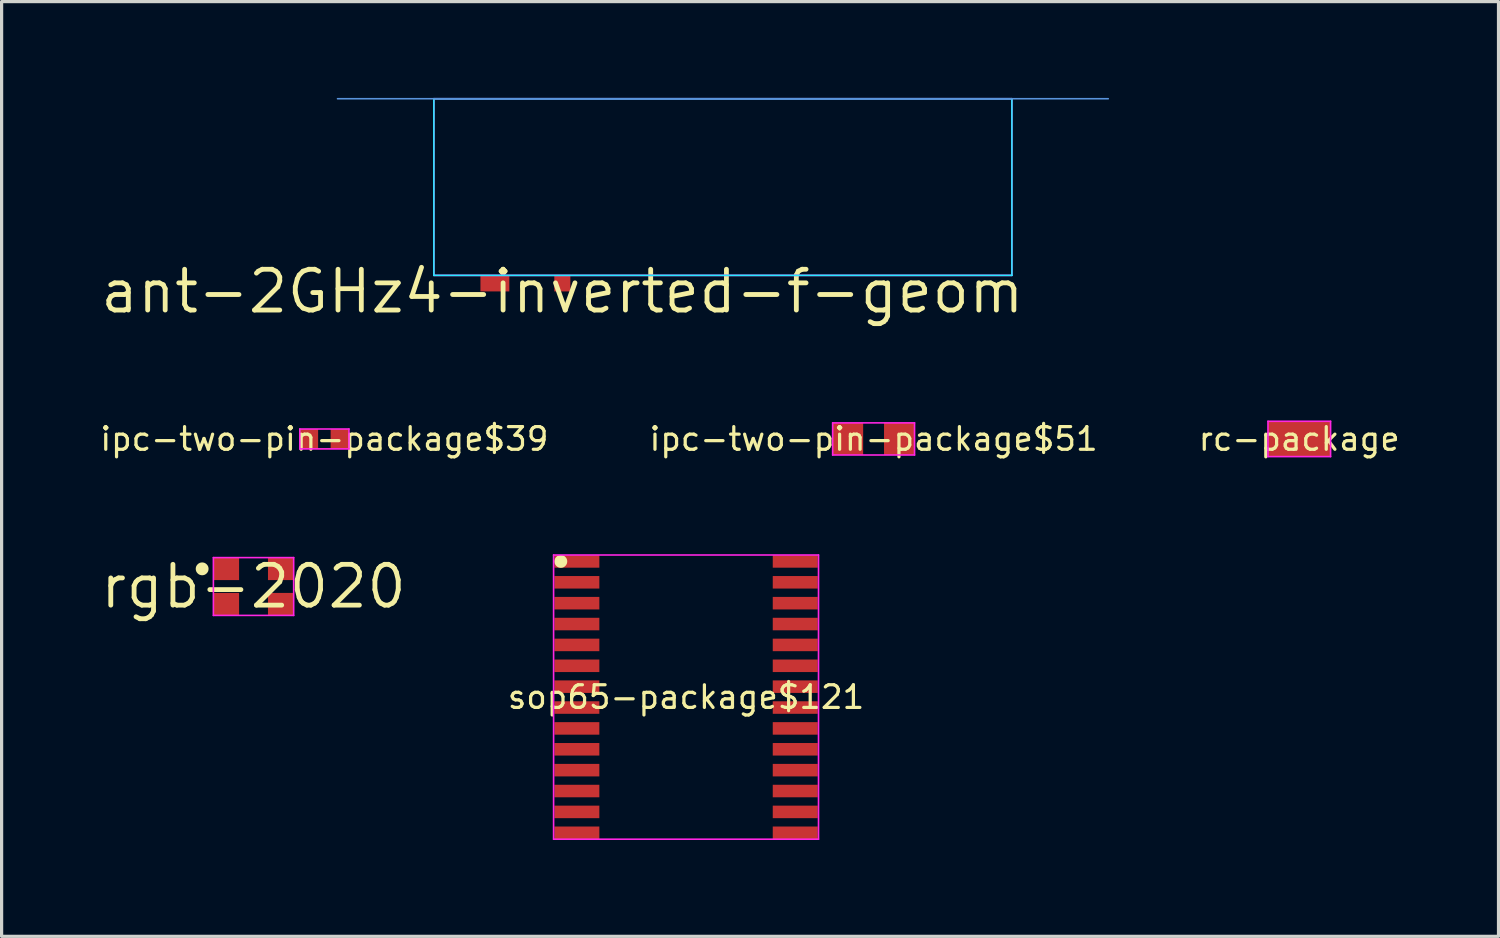
<source format=kicad_pcb>
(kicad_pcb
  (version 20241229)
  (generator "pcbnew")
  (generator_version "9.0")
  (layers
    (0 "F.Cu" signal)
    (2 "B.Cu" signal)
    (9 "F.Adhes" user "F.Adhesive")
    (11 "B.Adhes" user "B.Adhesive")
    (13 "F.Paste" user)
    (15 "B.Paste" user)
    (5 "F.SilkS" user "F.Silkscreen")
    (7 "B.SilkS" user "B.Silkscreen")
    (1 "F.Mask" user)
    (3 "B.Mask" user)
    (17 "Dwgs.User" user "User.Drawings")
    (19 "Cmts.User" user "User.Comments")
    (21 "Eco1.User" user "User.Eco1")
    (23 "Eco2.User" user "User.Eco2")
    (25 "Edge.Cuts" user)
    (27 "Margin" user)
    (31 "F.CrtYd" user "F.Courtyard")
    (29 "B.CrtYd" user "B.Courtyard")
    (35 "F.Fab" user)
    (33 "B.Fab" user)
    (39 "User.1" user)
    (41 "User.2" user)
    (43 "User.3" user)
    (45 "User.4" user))
  (footprint "sop65-package$121"
    (layer "F.Cu")
    (at 18.314 18.658)
    (property "Reference" "sop65-package$121" (at 0 0 0) (layer "F.SilkS") (effects (font (size 0.706 0.706) (thickness 0.1))))
    (attr through_hole)
    (fp_poly (pts (xy -4.1 -4.42) (xy -4.1 -4.03) (xy -2.7 -4.03) (xy -2.7 -4.42)) (stroke (width 0) (type solid)) (fill yes) (layer "F.Mask"))
    (fp_poly (pts (xy -4.1 -3.77) (xy -4.1 -3.38) (xy -2.7 -3.38) (xy -2.7 -3.77)) (stroke (width 0) (type solid)) (fill yes) (layer "F.Mask"))
    (fp_poly (pts (xy -4.1 -3.12) (xy -4.1 -2.73) (xy -2.7 -2.73) (xy -2.7 -3.12)) (stroke (width 0) (type solid)) (fill yes) (layer "F.Mask"))
    (fp_poly (pts (xy -4.1 -2.47) (xy -4.1 -2.08) (xy -2.7 -2.08) (xy -2.7 -2.47)) (stroke (width 0) (type solid)) (fill yes) (layer "F.Mask"))
    (fp_poly (pts (xy -4.1 -1.82) (xy -4.1 -1.43) (xy -2.7 -1.43) (xy -2.7 -1.82)) (stroke (width 0) (type solid)) (fill yes) (layer "F.Mask"))
    (fp_poly (pts (xy -4.1 -1.17) (xy -4.1 -0.78) (xy -2.7 -0.78) (xy -2.7 -1.17)) (stroke (width 0) (type solid)) (fill yes) (layer "F.Mask"))
    (fp_poly (pts (xy -4.1 -0.52) (xy -4.1 -0.13) (xy -2.7 -0.13) (xy -2.7 -0.52)) (stroke (width 0) (type solid)) (fill yes) (layer "F.Mask"))
    (fp_poly (pts (xy -4.1 0.13) (xy -4.1 0.52) (xy -2.7 0.52) (xy -2.7 0.13)) (stroke (width 0) (type solid)) (fill yes) (layer "F.Mask"))
    (fp_poly (pts (xy -4.1 0.78) (xy -4.1 1.17) (xy -2.7 1.17) (xy -2.7 0.78)) (stroke (width 0) (type solid)) (fill yes) (layer "F.Mask"))
    (fp_poly (pts (xy -4.1 1.43) (xy -4.1 1.82) (xy -2.7 1.82) (xy -2.7 1.43)) (stroke (width 0) (type solid)) (fill yes) (layer "F.Mask"))
    (fp_poly (pts (xy -4.1 2.08) (xy -4.1 2.47) (xy -2.7 2.47) (xy -2.7 2.08)) (stroke (width 0) (type solid)) (fill yes) (layer "F.Mask"))
    (fp_poly (pts (xy -4.1 2.73) (xy -4.1 3.12) (xy -2.7 3.12) (xy -2.7 2.73)) (stroke (width 0) (type solid)) (fill yes) (layer "F.Mask"))
    (fp_poly (pts (xy -4.1 3.38) (xy -4.1 3.77) (xy -2.7 3.77) (xy -2.7 3.38)) (stroke (width 0) (type solid)) (fill yes) (layer "F.Mask"))
    (fp_poly (pts (xy -4.1 4.03) (xy -4.1 4.42) (xy -2.7 4.42) (xy -2.7 4.03)) (stroke (width 0) (type solid)) (fill yes) (layer "F.Mask"))
    (fp_poly (pts (xy 4.1 -4.03) (xy 4.1 -4.42) (xy 2.7 -4.42) (xy 2.7 -4.03)) (stroke (width 0) (type solid)) (fill yes) (layer "F.Mask"))
    (fp_poly (pts (xy 4.1 -3.38) (xy 4.1 -3.77) (xy 2.7 -3.77) (xy 2.7 -3.38)) (stroke (width 0) (type solid)) (fill yes) (layer "F.Mask"))
    (fp_poly (pts (xy 4.1 -2.73) (xy 4.1 -3.12) (xy 2.7 -3.12) (xy 2.7 -2.73)) (stroke (width 0) (type solid)) (fill yes) (layer "F.Mask"))
    (fp_poly (pts (xy 4.1 -2.08) (xy 4.1 -2.47) (xy 2.7 -2.47) (xy 2.7 -2.08)) (stroke (width 0) (type solid)) (fill yes) (layer "F.Mask"))
    (fp_poly (pts (xy 4.1 -1.43) (xy 4.1 -1.82) (xy 2.7 -1.82) (xy 2.7 -1.43)) (stroke (width 0) (type solid)) (fill yes) (layer "F.Mask"))
    (fp_poly (pts (xy 4.1 -0.78) (xy 4.1 -1.17) (xy 2.7 -1.17) (xy 2.7 -0.78)) (stroke (width 0) (type solid)) (fill yes) (layer "F.Mask"))
    (fp_poly (pts (xy 4.1 -0.13) (xy 4.1 -0.52) (xy 2.7 -0.52) (xy 2.7 -0.13)) (stroke (width 0) (type solid)) (fill yes) (layer "F.Mask"))
    (fp_poly (pts (xy 4.1 0.52) (xy 4.1 0.13) (xy 2.7 0.13) (xy 2.7 0.52)) (stroke (width 0) (type solid)) (fill yes) (layer "F.Mask"))
    (fp_poly (pts (xy 4.1 1.17) (xy 4.1 0.78) (xy 2.7 0.78) (xy 2.7 1.17)) (stroke (width 0) (type solid)) (fill yes) (layer "F.Mask"))
    (fp_poly (pts (xy 4.1 1.82) (xy 4.1 1.43) (xy 2.7 1.43) (xy 2.7 1.82)) (stroke (width 0) (type solid)) (fill yes) (layer "F.Mask"))
    (fp_poly (pts (xy 4.1 2.47) (xy 4.1 2.08) (xy 2.7 2.08) (xy 2.7 2.47)) (stroke (width 0) (type solid)) (fill yes) (layer "F.Mask"))
    (fp_poly (pts (xy 4.1 3.12) (xy 4.1 2.73) (xy 2.7 2.73) (xy 2.7 3.12)) (stroke (width 0) (type solid)) (fill yes) (layer "F.Mask"))
    (fp_poly (pts (xy 4.1 3.77) (xy 4.1 3.38) (xy 2.7 3.38) (xy 2.7 3.77)) (stroke (width 0) (type solid)) (fill yes) (layer "F.Mask"))
    (fp_poly (pts (xy 4.1 4.42) (xy 4.1 4.03) (xy 2.7 4.03) (xy 2.7 4.42)) (stroke (width 0) (type solid)) (fill yes) (layer "F.Mask"))
    (fp_poly (pts (xy -3.7 -4.225) (xy -3.704 -4.264) (xy -3.715 -4.302) (xy -3.734 -4.336) (xy -3.759 -4.366) (xy -3.789 -4.391) (xy -3.823 -4.41) (xy -3.861 -4.421) (xy -3.9 -4.425) (xy -3.939 -4.421) (xy -3.977 -4.41) (xy -4.011 -4.391) (xy -4.041 -4.366) (xy -4.066 -4.336) (xy -4.085 -4.302) (xy -4.096 -4.264) (xy -4.1 -4.225) (xy -4.096 -4.186) (xy -4.085 -4.148) (xy -4.066 -4.114) (xy -4.041 -4.084) (xy -4.011 -4.059) (xy -3.977 -4.04) (xy -3.939 -4.029) (xy -3.9 -4.025) (xy -3.861 -4.029) (xy -3.823 -4.04) (xy -3.789 -4.059) (xy -3.759 -4.084) (xy -3.734 -4.114) (xy -3.715 -4.148) (xy -3.704 -4.186)) (stroke (width 0) (type solid)) (fill yes) (layer "F.SilkS"))
    (fp_poly (pts (xy -4.1 -4.42) (xy -4.1 -4.03) (xy -2.7 -4.03) (xy -2.7 -4.42)) (stroke (width 0) (type solid)) (fill yes) (layer "F.Paste"))
    (fp_poly (pts (xy -4.1 -3.77) (xy -4.1 -3.38) (xy -2.7 -3.38) (xy -2.7 -3.77)) (stroke (width 0) (type solid)) (fill yes) (layer "F.Paste"))
    (fp_poly (pts (xy -4.1 -3.12) (xy -4.1 -2.73) (xy -2.7 -2.73) (xy -2.7 -3.12)) (stroke (width 0) (type solid)) (fill yes) (layer "F.Paste"))
    (fp_poly (pts (xy -4.1 -2.47) (xy -4.1 -2.08) (xy -2.7 -2.08) (xy -2.7 -2.47)) (stroke (width 0) (type solid)) (fill yes) (layer "F.Paste"))
    (fp_poly (pts (xy -4.1 -1.82) (xy -4.1 -1.43) (xy -2.7 -1.43) (xy -2.7 -1.82)) (stroke (width 0) (type solid)) (fill yes) (layer "F.Paste"))
    (fp_poly (pts (xy -4.1 -1.17) (xy -4.1 -0.78) (xy -2.7 -0.78) (xy -2.7 -1.17)) (stroke (width 0) (type solid)) (fill yes) (layer "F.Paste"))
    (fp_poly (pts (xy -4.1 -0.52) (xy -4.1 -0.13) (xy -2.7 -0.13) (xy -2.7 -0.52)) (stroke (width 0) (type solid)) (fill yes) (layer "F.Paste"))
    (fp_poly (pts (xy -4.1 0.13) (xy -4.1 0.52) (xy -2.7 0.52) (xy -2.7 0.13)) (stroke (width 0) (type solid)) (fill yes) (layer "F.Paste"))
    (fp_poly (pts (xy -4.1 0.78) (xy -4.1 1.17) (xy -2.7 1.17) (xy -2.7 0.78)) (stroke (width 0) (type solid)) (fill yes) (layer "F.Paste"))
    (fp_poly (pts (xy -4.1 1.43) (xy -4.1 1.82) (xy -2.7 1.82) (xy -2.7 1.43)) (stroke (width 0) (type solid)) (fill yes) (layer "F.Paste"))
    (fp_poly (pts (xy -4.1 2.08) (xy -4.1 2.47) (xy -2.7 2.47) (xy -2.7 2.08)) (stroke (width 0) (type solid)) (fill yes) (layer "F.Paste"))
    (fp_poly (pts (xy -4.1 2.73) (xy -4.1 3.12) (xy -2.7 3.12) (xy -2.7 2.73)) (stroke (width 0) (type solid)) (fill yes) (layer "F.Paste"))
    (fp_poly (pts (xy -4.1 3.38) (xy -4.1 3.77) (xy -2.7 3.77) (xy -2.7 3.38)) (stroke (width 0) (type solid)) (fill yes) (layer "F.Paste"))
    (fp_poly (pts (xy -4.1 4.03) (xy -4.1 4.42) (xy -2.7 4.42) (xy -2.7 4.03)) (stroke (width 0) (type solid)) (fill yes) (layer "F.Paste"))
    (fp_poly (pts (xy 4.1 -4.03) (xy 4.1 -4.42) (xy 2.7 -4.42) (xy 2.7 -4.03)) (stroke (width 0) (type solid)) (fill yes) (layer "F.Paste"))
    (fp_poly (pts (xy 4.1 -3.38) (xy 4.1 -3.77) (xy 2.7 -3.77) (xy 2.7 -3.38)) (stroke (width 0) (type solid)) (fill yes) (layer "F.Paste"))
    (fp_poly (pts (xy 4.1 -2.73) (xy 4.1 -3.12) (xy 2.7 -3.12) (xy 2.7 -2.73)) (stroke (width 0) (type solid)) (fill yes) (layer "F.Paste"))
    (fp_poly (pts (xy 4.1 -2.08) (xy 4.1 -2.47) (xy 2.7 -2.47) (xy 2.7 -2.08)) (stroke (width 0) (type solid)) (fill yes) (layer "F.Paste"))
    (fp_poly (pts (xy 4.1 -1.43) (xy 4.1 -1.82) (xy 2.7 -1.82) (xy 2.7 -1.43)) (stroke (width 0) (type solid)) (fill yes) (layer "F.Paste"))
    (fp_poly (pts (xy 4.1 -0.78) (xy 4.1 -1.17) (xy 2.7 -1.17) (xy 2.7 -0.78)) (stroke (width 0) (type solid)) (fill yes) (layer "F.Paste"))
    (fp_poly (pts (xy 4.1 -0.13) (xy 4.1 -0.52) (xy 2.7 -0.52) (xy 2.7 -0.13)) (stroke (width 0) (type solid)) (fill yes) (layer "F.Paste"))
    (fp_poly (pts (xy 4.1 0.52) (xy 4.1 0.13) (xy 2.7 0.13) (xy 2.7 0.52)) (stroke (width 0) (type solid)) (fill yes) (layer "F.Paste"))
    (fp_poly (pts (xy 4.1 1.17) (xy 4.1 0.78) (xy 2.7 0.78) (xy 2.7 1.17)) (stroke (width 0) (type solid)) (fill yes) (layer "F.Paste"))
    (fp_poly (pts (xy 4.1 1.82) (xy 4.1 1.43) (xy 2.7 1.43) (xy 2.7 1.82)) (stroke (width 0) (type solid)) (fill yes) (layer "F.Paste"))
    (fp_poly (pts (xy 4.1 2.47) (xy 4.1 2.08) (xy 2.7 2.08) (xy 2.7 2.47)) (stroke (width 0) (type solid)) (fill yes) (layer "F.Paste"))
    (fp_poly (pts (xy 4.1 3.12) (xy 4.1 2.73) (xy 2.7 2.73) (xy 2.7 3.12)) (stroke (width 0) (type solid)) (fill yes) (layer "F.Paste"))
    (fp_poly (pts (xy 4.1 3.77) (xy 4.1 3.38) (xy 2.7 3.38) (xy 2.7 3.77)) (stroke (width 0) (type solid)) (fill yes) (layer "F.Paste"))
    (fp_poly (pts (xy 4.1 4.42) (xy 4.1 4.03) (xy 2.7 4.03) (xy 2.7 4.42)) (stroke (width 0) (type solid)) (fill yes) (layer "F.Paste"))
    (fp_line (start -4.125 -4.425) (end -4.125 4.425) (stroke (width 0.05) (type solid)) (layer "F.CrtYd"))
    (fp_line (start -4.125 4.425) (end 4.125 4.425) (stroke (width 0.05) (type solid)) (layer "F.CrtYd"))
    (fp_line (start 4.125 -4.425) (end -4.125 -4.425) (stroke (width 0.05) (type solid)) (layer "F.CrtYd"))
    (fp_line (start 4.125 4.425) (end 4.125 -4.425) (stroke (width 0.05) (type solid)) (layer "F.CrtYd"))
    (pad "1" smd rect (at -3.4 -4.225 270) (size 0.39 1.4) (layers "F.Cu"))
    (pad "2" smd rect (at -3.4 -3.575 270) (size 0.39 1.4) (layers "F.Cu"))
    (pad "3" smd rect (at -3.4 -2.925 270) (size 0.39 1.4) (layers "F.Cu"))
    (pad "4" smd rect (at -3.4 -2.275 270) (size 0.39 1.4) (layers "F.Cu"))
    (pad "5" smd rect (at -3.4 -1.625 270) (size 0.39 1.4) (layers "F.Cu"))
    (pad "6" smd rect (at -3.4 -0.975 270) (size 0.39 1.4) (layers "F.Cu"))
    (pad "7" smd rect (at -3.4 -0.325 270) (size 0.39 1.4) (layers "F.Cu"))
    (pad "8" smd rect (at -3.4 0.325 270) (size 0.39 1.4) (layers "F.Cu"))
    (pad "9" smd rect (at -3.4 0.975 270) (size 0.39 1.4) (layers "F.Cu"))
    (pad "10" smd rect (at -3.4 1.625 270) (size 0.39 1.4) (layers "F.Cu"))
    (pad "11" smd rect (at -3.4 2.275 270) (size 0.39 1.4) (layers "F.Cu"))
    (pad "12" smd rect (at -3.4 2.925 270) (size 0.39 1.4) (layers "F.Cu"))
    (pad "13" smd rect (at -3.4 3.575 270) (size 0.39 1.4) (layers "F.Cu"))
    (pad "14" smd rect (at -3.4 4.225 270) (size 0.39 1.4) (layers "F.Cu"))
    (pad "15" smd rect (at 3.4 4.225 90) (size 0.39 1.4) (layers "F.Cu"))
    (pad "16" smd rect (at 3.4 3.575 90) (size 0.39 1.4) (layers "F.Cu"))
    (pad "17" smd rect (at 3.4 2.925 90) (size 0.39 1.4) (layers "F.Cu"))
    (pad "18" smd rect (at 3.4 2.275 90) (size 0.39 1.4) (layers "F.Cu"))
    (pad "19" smd rect (at 3.4 1.625 90) (size 0.39 1.4) (layers "F.Cu"))
    (pad "20" smd rect (at 3.4 0.975 90) (size 0.39 1.4) (layers "F.Cu"))
    (pad "21" smd rect (at 3.4 0.325 90) (size 0.39 1.4) (layers "F.Cu"))
    (pad "22" smd rect (at 3.4 -0.325 90) (size 0.39 1.4) (layers "F.Cu"))
    (pad "23" smd rect (at 3.4 -0.975 90) (size 0.39 1.4) (layers "F.Cu"))
    (pad "24" smd rect (at 3.4 -1.625 90) (size 0.39 1.4) (layers "F.Cu"))
    (pad "25" smd rect (at 3.4 -2.275 90) (size 0.39 1.4) (layers "F.Cu"))
    (pad "26" smd rect (at 3.4 -2.925 90) (size 0.39 1.4) (layers "F.Cu"))
    (pad "27" smd rect (at 3.4 -3.575 90) (size 0.39 1.4) (layers "F.Cu"))
    (pad "28" smd rect (at 3.4 -4.225 90) (size 0.39 1.4) (layers "F.Cu")))
  (footprint "ipc-two-pin-package$39"
    (layer "F.Cu")
    (at 7.051 10.619)
    (property "Reference" "ipc-two-pin-package$39" (at 0 0 0) (layer "F.SilkS") (effects (font (size 0.706 0.706) (thickness 0.1))))
    (attr through_hole)
    (fp_poly (pts (xy -0.765 0.31) (xy -0.195 0.31) (xy -0.195 -0.31) (xy -0.765 -0.31)) (stroke (width 0) (type solid)) (fill yes) (layer "F.Mask"))
    (fp_poly (pts (xy 0.195 0.31) (xy 0.765 0.31) (xy 0.765 -0.31) (xy 0.195 -0.31)) (stroke (width 0) (type solid)) (fill yes) (layer "F.Mask"))
    (fp_poly (pts (xy -0.765 0.31) (xy -0.195 0.31) (xy -0.195 -0.31) (xy -0.765 -0.31)) (stroke (width 0) (type solid)) (fill yes) (layer "F.Paste"))
    (fp_poly (pts (xy 0.195 0.31) (xy 0.765 0.31) (xy 0.765 -0.31) (xy 0.195 -0.31)) (stroke (width 0) (type solid)) (fill yes) (layer "F.Paste"))
    (fp_line (start -0.765 -0.31) (end -0.765 0.31) (stroke (width 0.05) (type solid)) (layer "F.CrtYd"))
    (fp_line (start -0.765 0.31) (end 0.765 0.31) (stroke (width 0.05) (type solid)) (layer "F.CrtYd"))
    (fp_line (start 0.765 -0.31) (end -0.765 -0.31) (stroke (width 0.05) (type solid)) (layer "F.CrtYd"))
    (fp_line (start 0.765 0.31) (end 0.765 -0.31) (stroke (width 0.05) (type solid)) (layer "F.CrtYd"))
    (pad "1" smd rect (at -0.48 0) (size 0.57 0.62) (layers "F.Cu"))
    (pad "2" smd rect (at 0.48 0) (size 0.57 0.62) (layers "F.Cu")))
  (footprint "ant-2GHz4-inverted-f-geom"
    (layer "F.Cu")
    (at 14.461 6.025)
    (property "Reference" "ant-2GHz4-inverted-f-geom" (at 0 0 0) (layer "F.SilkS") (effects (font (size 1.27 1.27) (thickness 0.15))))
    (attr through_hole)
    (fp_poly (pts (xy -2.55 0) (xy -1.65 0) (xy -1.65 -0.5) (xy -2.55 -0.5)) (stroke (width 0) (type solid)) (fill yes) (layer "F.Mask"))
    (fp_poly (pts (xy -0.25 0) (xy 0.25 0) (xy 0.25 -0.5) (xy -0.25 -0.5)) (stroke (width 0) (type solid)) (fill yes) (layer "F.Mask"))
    (fp_poly (pts (xy -2.55 0) (xy -1.65 0) (xy -1.65 -0.5) (xy -2.55 -0.5)) (stroke (width 0) (type solid)) (fill yes) (layer "F.Paste"))
    (fp_poly (pts (xy -0.25 0) (xy 0.25 0) (xy 0.25 -0.5) (xy -0.25 -0.5)) (stroke (width 0) (type solid)) (fill yes) (layer "F.Paste"))
    (fp_line (start 17 -6) (end -7 -6) (stroke (width 0.05) (type solid)) (layer "Cmts.User"))
    (fp_line (start -4 -6) (end -4 -0.5) (stroke (width 0.05) (type solid)) (layer "B.CrtYd"))
    (fp_line (start -4 -0.5) (end 14 -0.5) (stroke (width 0.05) (type solid)) (layer "B.CrtYd"))
    (fp_line (start 14 -6) (end -4 -6) (stroke (width 0.05) (type solid)) (layer "B.CrtYd"))
    (fp_line (start 14 -0.5) (end 14 -6) (stroke (width 0.05) (type solid)) (layer "B.CrtYd"))
    (fp_line (start -4 -6) (end -4 -0.5) (stroke (width 0.05) (type solid)) (layer "F.CrtYd"))
    (fp_line (start -4 -0.5) (end 14 -0.5) (stroke (width 0.05) (type solid)) (layer "F.CrtYd"))
    (fp_line (start 14 -6) (end -4 -6) (stroke (width 0.05) (type solid)) (layer "F.CrtYd"))
    (fp_line (start 14 -0.5) (end 14 -6) (stroke (width 0.05) (type solid)) (layer "F.CrtYd"))
    (pad "gnd" smd rect (at -2.1 -0.25) (size 0.9 0.5) (layers "F.Cu"))
    (pad "launch" smd rect (at 0 -0.25) (size 0.5 0.5) (layers "F.Cu")))
  (footprint "rgb-2020"
    (layer "F.Cu")
    (at 4.845 15.214)
    (property "Reference" "rgb-2020" (at 0 0 0) (layer "F.SilkS") (effects (font (size 1.27 1.27) (thickness 0.15))))
    (attr through_hole)
    (fp_poly (pts (xy -1.25 -0.2) (xy -0.45 -0.2) (xy -0.45 -0.9) (xy -1.25 -0.9)) (stroke (width 0) (type solid)) (fill yes) (layer "F.Mask"))
    (fp_poly (pts (xy -1.25 0.9) (xy -0.45 0.9) (xy -0.45 0.2) (xy -1.25 0.2)) (stroke (width 0) (type solid)) (fill yes) (layer "F.Mask"))
    (fp_poly (pts (xy 0.45 -0.2) (xy 1.25 -0.2) (xy 1.25 -0.9) (xy 0.45 -0.9)) (stroke (width 0) (type solid)) (fill yes) (layer "F.Mask"))
    (fp_poly (pts (xy 0.45 0.9) (xy 1.25 0.9) (xy 1.25 0.2) (xy 0.45 0.2)) (stroke (width 0) (type solid)) (fill yes) (layer "F.Mask"))
    (fp_poly (pts (xy -1.4 -0.55) (xy -1.404 -0.589) (xy -1.415 -0.627) (xy -1.434 -0.661) (xy -1.459 -0.691) (xy -1.489 -0.716) (xy -1.523 -0.735) (xy -1.561 -0.746) (xy -1.6 -0.75) (xy -1.639 -0.746) (xy -1.677 -0.735) (xy -1.711 -0.716) (xy -1.741 -0.691) (xy -1.766 -0.661) (xy -1.785 -0.627) (xy -1.796 -0.589) (xy -1.8 -0.55) (xy -1.796 -0.511) (xy -1.785 -0.473) (xy -1.766 -0.439) (xy -1.741 -0.409) (xy -1.711 -0.384) (xy -1.677 -0.365) (xy -1.639 -0.354) (xy -1.6 -0.35) (xy -1.561 -0.354) (xy -1.523 -0.365) (xy -1.489 -0.384) (xy -1.459 -0.409) (xy -1.434 -0.439) (xy -1.415 -0.473) (xy -1.404 -0.511)) (stroke (width 0) (type solid)) (fill yes) (layer "F.SilkS"))
    (fp_poly (pts (xy -1.25 -0.2) (xy -0.45 -0.2) (xy -0.45 -0.9) (xy -1.25 -0.9)) (stroke (width 0) (type solid)) (fill yes) (layer "F.Paste"))
    (fp_poly (pts (xy -1.25 0.9) (xy -0.45 0.9) (xy -0.45 0.2) (xy -1.25 0.2)) (stroke (width 0) (type solid)) (fill yes) (layer "F.Paste"))
    (fp_poly (pts (xy 0.45 -0.2) (xy 1.25 -0.2) (xy 1.25 -0.9) (xy 0.45 -0.9)) (stroke (width 0) (type solid)) (fill yes) (layer "F.Paste"))
    (fp_poly (pts (xy 0.45 0.9) (xy 1.25 0.9) (xy 1.25 0.2) (xy 0.45 0.2)) (stroke (width 0) (type solid)) (fill yes) (layer "F.Paste"))
    (fp_line (start -1.25 -0.9) (end -1.25 0.9) (stroke (width 0.05) (type solid)) (layer "F.CrtYd"))
    (fp_line (start -1.25 0.9) (end 1.25 0.9) (stroke (width 0.05) (type solid)) (layer "F.CrtYd"))
    (fp_line (start 1.25 -0.9) (end -1.25 -0.9) (stroke (width 0.05) (type solid)) (layer "F.CrtYd"))
    (fp_line (start 1.25 0.9) (end 1.25 -0.9) (stroke (width 0.05) (type solid)) (layer "F.CrtYd"))
    (pad "1" smd rect (at -0.85 -0.55) (size 0.8 0.7) (layers "F.Cu"))
    (pad "2" smd rect (at 0.85 -0.55) (size 0.8 0.7) (layers "F.Cu"))
    (pad "3" smd rect (at -0.85 0.55) (size 0.8 0.7) (layers "F.Cu"))
    (pad "4" smd rect (at 0.85 0.55) (size 0.8 0.7) (layers "F.Cu")))
  (footprint "rc-package"
    (layer "F.Cu")
    (at 37.41 10.619)
    (property "Reference" "rc-package" (at 0 0 0) (layer "F.SilkS") (effects (font (size 0.706 0.706) (thickness 0.1))))
    (attr through_hole)
    (fp_poly (pts (xy -0.975 0.55) (xy 0.975 0.55) (xy 0.975 -0.55) (xy -0.975 -0.55)) (stroke (width 0) (type solid)) (fill yes) (layer "F.Mask"))
    (fp_poly (pts (xy -0.975 0.55) (xy 0.975 0.55) (xy 0.975 -0.55) (xy -0.975 -0.55)) (stroke (width 0) (type solid)) (fill yes) (layer "F.Paste"))
    (fp_line (start -0.975 -0.55) (end -0.975 0.55) (stroke (width 0.05) (type solid)) (layer "F.CrtYd"))
    (fp_line (start -0.975 0.55) (end 0.975 0.55) (stroke (width 0.05) (type solid)) (layer "F.CrtYd"))
    (fp_line (start 0.975 -0.55) (end -0.975 -0.55) (stroke (width 0.05) (type solid)) (layer "F.CrtYd"))
    (fp_line (start 0.975 0.55) (end 0.975 -0.55) (stroke (width 0.05) (type solid)) (layer "F.CrtYd"))
    (pad "p" smd rect (at 0 0) (size 1.95 1.1) (layers "F.Cu")))
  (footprint "ipc-two-pin-package$51"
    (layer "F.Cu")
    (at 24.154 10.619)
    (property "Reference" "ipc-two-pin-package$51" (at 0 0 0) (layer "F.SilkS") (effects (font (size 0.706 0.706) (thickness 0.1))))
    (attr through_hole)
    (fp_poly (pts (xy -1.275 0.5) (xy -0.325 0.5) (xy -0.325 -0.5) (xy -1.275 -0.5)) (stroke (width 0) (type solid)) (fill yes) (layer "F.Mask"))
    (fp_poly (pts (xy 0.325 0.5) (xy 1.275 0.5) (xy 1.275 -0.5) (xy 0.325 -0.5)) (stroke (width 0) (type solid)) (fill yes) (layer "F.Mask"))
    (fp_poly (pts (xy -1.275 0.5) (xy -0.325 0.5) (xy -0.325 -0.5) (xy -1.275 -0.5)) (stroke (width 0) (type solid)) (fill yes) (layer "F.Paste"))
    (fp_poly (pts (xy 0.325 0.5) (xy 1.275 0.5) (xy 1.275 -0.5) (xy 0.325 -0.5)) (stroke (width 0) (type solid)) (fill yes) (layer "F.Paste"))
    (fp_line (start -1.275 -0.5) (end -1.275 0.5) (stroke (width 0.05) (type solid)) (layer "F.CrtYd"))
    (fp_line (start -1.275 0.5) (end 1.275 0.5) (stroke (width 0.05) (type solid)) (layer "F.CrtYd"))
    (fp_line (start 1.275 -0.5) (end -1.275 -0.5) (stroke (width 0.05) (type solid)) (layer "F.CrtYd"))
    (fp_line (start 1.275 0.5) (end 1.275 -0.5) (stroke (width 0.05) (type solid)) (layer "F.CrtYd"))
    (pad "1" smd rect (at -0.8 0) (size 0.95 1) (layers "F.Cu"))
    (pad "2" smd rect (at 0.8 0) (size 0.95 1) (layers "F.Cu")))
  (gr_rect
    (start -3 -3)
    (end 43.614 26.108)
    (stroke (width 0.1) (type default))
    (fill no)
    (layer "Edge.Cuts")))
</source>
